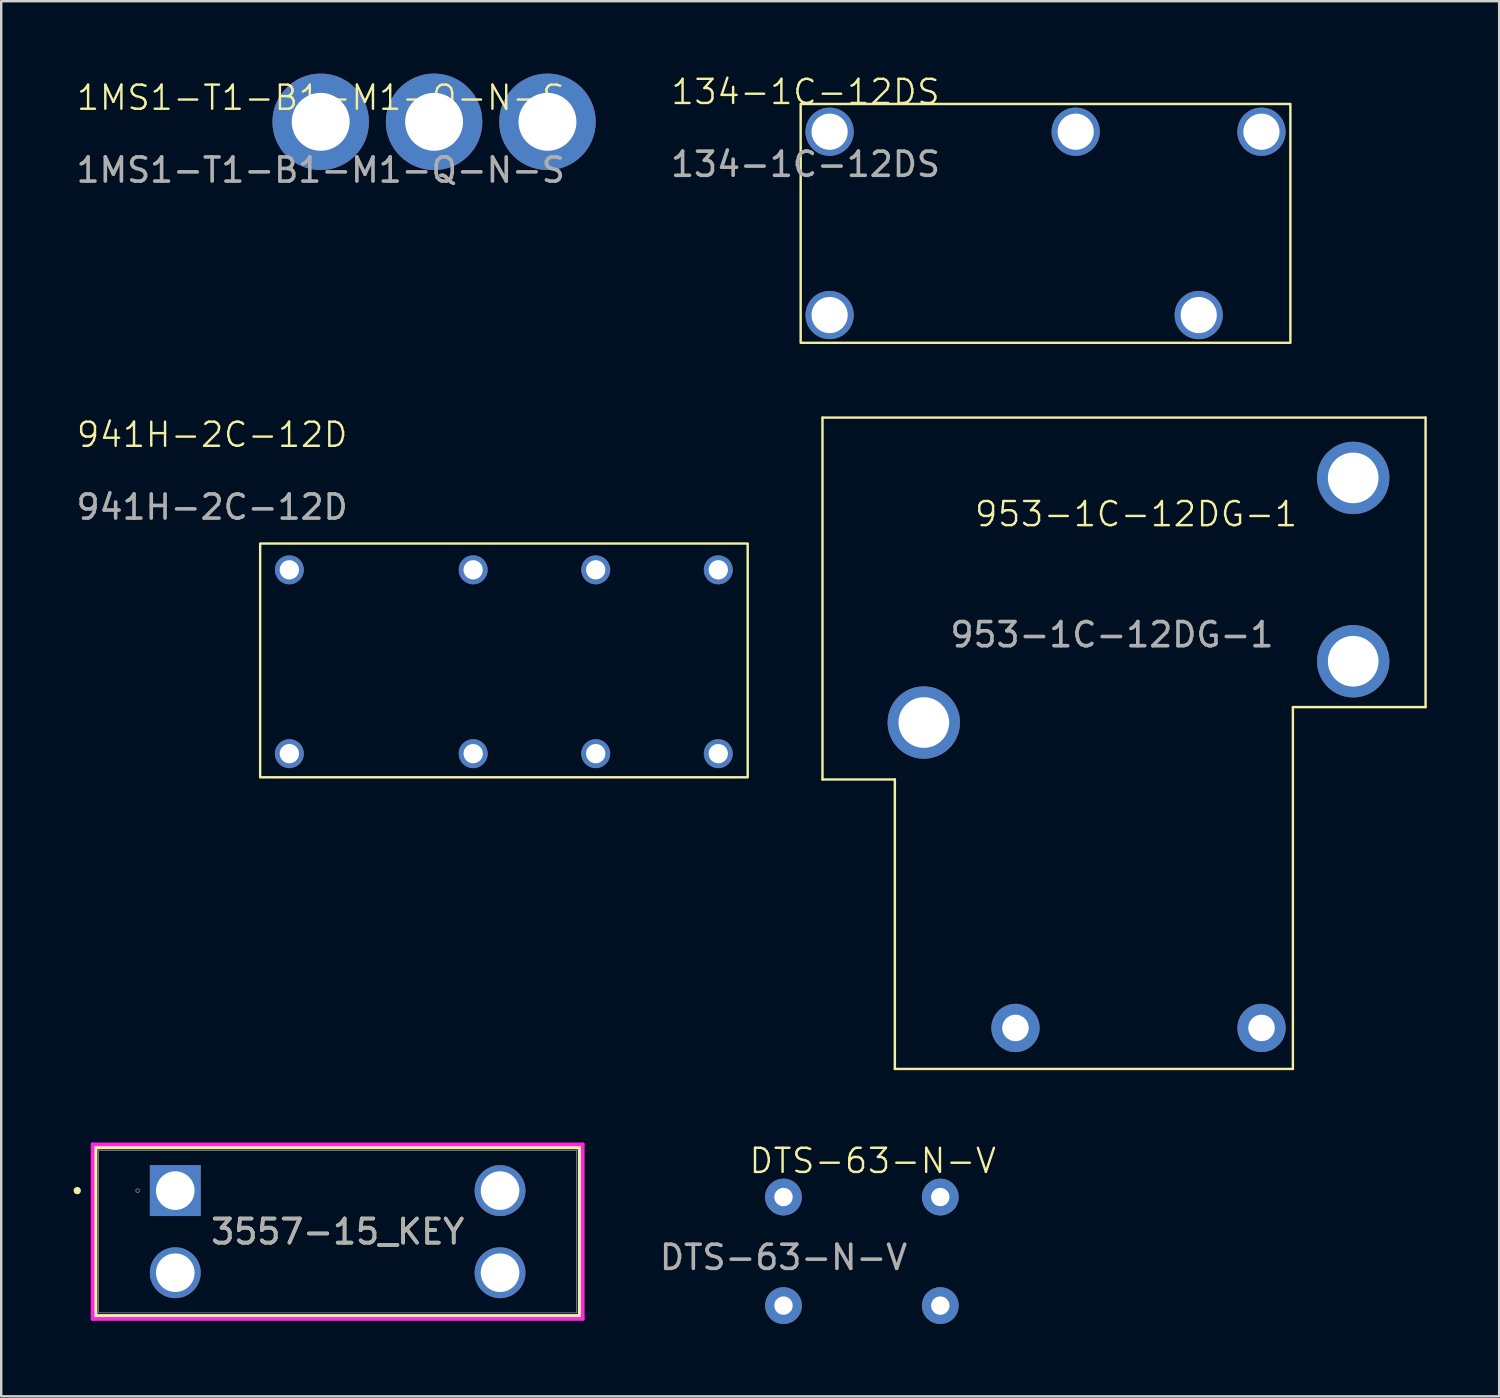
<source format=kicad_pcb>
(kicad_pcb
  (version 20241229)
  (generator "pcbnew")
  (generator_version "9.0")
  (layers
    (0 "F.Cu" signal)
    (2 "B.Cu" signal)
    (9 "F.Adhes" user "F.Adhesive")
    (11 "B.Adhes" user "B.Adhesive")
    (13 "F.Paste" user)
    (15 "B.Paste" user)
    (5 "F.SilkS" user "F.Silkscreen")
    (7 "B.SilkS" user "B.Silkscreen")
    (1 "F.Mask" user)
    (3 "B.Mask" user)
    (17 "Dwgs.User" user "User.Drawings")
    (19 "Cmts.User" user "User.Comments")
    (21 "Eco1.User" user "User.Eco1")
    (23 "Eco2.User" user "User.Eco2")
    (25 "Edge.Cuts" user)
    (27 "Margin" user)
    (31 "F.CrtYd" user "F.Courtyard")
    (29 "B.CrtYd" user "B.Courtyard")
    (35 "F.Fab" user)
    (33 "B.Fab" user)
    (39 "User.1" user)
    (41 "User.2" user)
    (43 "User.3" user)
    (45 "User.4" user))
  (footprint "DTS-63-N-V"
    (layer "F.Cu")
    (at 29.428 46.571)
    (property "Reference" "DTS-63-N-V" (at 3.7 -1.5 0) (unlocked yes) (layer "F.SilkS") (effects (font (size 1 1) (thickness 0.1))))
    (attr through_hole)
    (fp_text user "${REFERENCE}" (at 0 2.5 0) (unlocked yes) (layer "F.Fab") (effects (font (size 1 1) (thickness 0.15))))
    (pad "1" thru_hole circle (at 0 0) (size 1.524 1.524) (drill 0.762) (layers "*.Cu" "*.Mask"))
    (pad "1" thru_hole circle (at 6.5 0) (size 1.524 1.524) (drill 0.762) (layers "*.Cu" "*.Mask"))
    (pad "2" thru_hole circle (at 0 4.5) (size 1.524 1.524) (drill 0.762) (layers "*.Cu" "*.Mask"))
    (pad "2" thru_hole circle (at 6.5 4.5) (size 1.524 1.524) (drill 0.762) (layers "*.Cu" "*.Mask")))
  (footprint "941H-2C-12D"
    (layer "F.Cu")
    (at 8.944 20.571)
    (property "Reference" "941H-2C-12D" (at -3.2 -5.6 0) (unlocked yes) (layer "F.SilkS") (effects (font (size 1 1) (thickness 0.1))))
    (attr through_hole)
    (fp_rect (start -1.21 -1.09) (end 19 8.6) (stroke (width 0.1) (type default)) (fill no) (layer "F.SilkS"))
    (fp_text user "${REFERENCE}" (at -3.2 -2.6 0) (unlocked yes) (layer "F.Fab") (effects (font (size 1 1) (thickness 0.15))))
    (pad "1" thru_hole circle (at 0 7.62) (size 1.2 1.2) (drill 0.8) (layers "*.Cu" "*.Mask"))
    (pad "2" thru_hole circle (at 7.62 7.62) (size 1.2 1.2) (drill 0.8) (layers "*.Cu" "*.Mask"))
    (pad "3" thru_hole circle (at 12.7 7.62) (size 1.2 1.2) (drill 0.8) (layers "*.Cu" "*.Mask"))
    (pad "4" thru_hole circle (at 17.78 7.62) (size 1.2 1.2) (drill 0.8) (layers "*.Cu" "*.Mask"))
    (pad "5" thru_hole circle (at 0 0) (size 1.2 1.2) (drill 0.8) (layers "*.Cu" "*.Mask"))
    (pad "6" thru_hole circle (at 7.62 0) (size 1.2 1.2) (drill 0.8) (layers "*.Cu" "*.Mask"))
    (pad "7" thru_hole circle (at 12.7 0) (size 1.2 1.2) (drill 0.8) (layers "*.Cu" "*.Mask"))
    (pad "8" thru_hole circle (at 17.78 0) (size 1.2 1.2) (drill 0.8) (layers "*.Cu" "*.Mask")))
  (footprint "953-1C-12DG-1"
    (layer "F.Cu")
    (at 34.044 16.761)
    (property "Reference" "953-1C-12DG-1" (at 10 1.5 0) (unlocked yes) (layer "F.SilkS") (effects (font (size 1 1) (thickness 0.1))))
    (attr through_hole)
    (fp_line (start -3 -2.5) (end 22 -2.5) (stroke (width 0.1) (type default)) (layer "F.SilkS"))
    (fp_line (start -3 12.5) (end -3 -2.5) (stroke (width 0.1) (type default)) (layer "F.SilkS"))
    (fp_line (start 0 12.5) (end -3 12.5) (stroke (width 0.1) (type default)) (layer "F.SilkS"))
    (fp_line (start 0 24.5) (end 0 12.5) (stroke (width 0.1) (type default)) (layer "F.SilkS"))
    (fp_line (start 16.5 9.5) (end 16.5 24.5) (stroke (width 0.1) (type default)) (layer "F.SilkS"))
    (fp_line (start 16.5 24.5) (end 0 24.5) (stroke (width 0.1) (type default)) (layer "F.SilkS"))
    (fp_line (start 22 -2.5) (end 22 9.5) (stroke (width 0.1) (type default)) (layer "F.SilkS"))
    (fp_line (start 22 9.5) (end 16.5 9.5) (stroke (width 0.1) (type default)) (layer "F.SilkS"))
    (fp_text user "${REFERENCE}" (at 9 6.5 0) (unlocked yes) (layer "F.Fab") (effects (font (size 1 1) (thickness 0.15))))
    (pad "1" thru_hole circle (at 5 22.8) (size 2 2) (drill 1.1) (layers "*.Cu" "*.Mask"))
    (pad "2" thru_hole circle (at 15.2 22.8 270) (size 2 2) (drill 1.1) (layers "*.Cu" "*.Mask"))
    (pad "3" thru_hole circle (at 1.2 10.14) (size 3 3) (drill 2.1) (layers "*.Cu" "*.Mask"))
    (pad "4" thru_hole circle (at 19 7.6) (size 3 3) (drill 2.1) (layers "*.Cu" "*.Mask"))
    (pad "5" thru_hole circle (at 19 0) (size 3 3) (drill 2.1) (layers "*.Cu" "*.Mask")))
  (footprint "1MS1-T1-B1-M1-Q-N-S"
    (layer "F.Cu")
    (at 10.244 2)
    (property "Reference" "1MS1-T1-B1-M1-Q-N-S" (at 0 -1 0) (unlocked yes) (layer "F.SilkS") (effects (font (size 1 1) (thickness 0.1))))
    (attr smd)
    (fp_text user "${REFERENCE}" (at 0 2 0) (unlocked yes) (layer "F.Fab") (effects (font (size 1 1) (thickness 0.15))))
    (pad "1" thru_hole circle (at 0 0) (size 4 4) (drill 2.4) (layers "*.Cu" "*.Mask"))
    (pad "2" thru_hole circle (at 4.7 0) (size 4 4) (drill 2.4) (layers "*.Cu" "*.Mask"))
    (pad "3" thru_hole circle (at 9.4 0) (size 4 4) (drill 2.4) (layers "*.Cu" "*.Mask")))
  (footprint "134-1C-12DS"
    (layer "F.Cu")
    (at 30.34 1.26)
    (property "Reference" "134-1C-12DS" (at 0 -0.5 0) (unlocked yes) (layer "F.SilkS") (effects (font (size 1 1) (thickness 0.1))))
    (attr through_hole)
    (fp_rect (start -0.2 0) (end 20.1 9.9) (stroke (width 0.1) (type default)) (fill no) (layer "F.SilkS"))
    (fp_text user "${REFERENCE}" (at 0 2.5 0) (unlocked yes) (layer "F.Fab") (effects (font (size 1 1) (thickness 0.15))))
    (pad "1" thru_hole circle (at 1 1.15) (size 2 2) (drill 1.5) (layers "*.Cu" "*.Mask"))
    (pad "2" thru_hole circle (at 11.2 1.15) (size 2 2) (drill 1.5) (layers "*.Cu" "*.Mask"))
    (pad "3" thru_hole circle (at 18.9 1.15) (size 2 2) (drill 1.5) (layers "*.Cu" "*.Mask"))
    (pad "4" thru_hole circle (at 1 8.75) (size 2 2) (drill 1.5) (layers "*.Cu" "*.Mask"))
    (pad "5" thru_hole circle (at 16.3 8.75) (size 2 2) (drill 1.5) (layers "*.Cu" "*.Mask")))
  (footprint "3557-15_KEY"
    (layer "F.Cu")
    (at 4.216 46.304)
    (property "Reference" "3557-15_KEY" (at 6.731 1.702 0) (unlocked yes) (layer "F.SilkS") (effects (font (size 1 1) (thickness 0.15))))
    (attr through_hole)
    (fp_line (start -3.302 -1.791) (end -3.302 5.194) (stroke (width 0.152) (type solid)) (layer "F.SilkS"))
    (fp_line (start 16.764 -1.791) (end -3.302 -1.791) (stroke (width 0.152) (type solid)) (layer "F.SilkS"))
    (fp_line (start 16.764 -1.791) (end 16.764 5.194) (stroke (width 0.152) (type solid)) (layer "F.SilkS"))
    (fp_line (start 16.764 5.194) (end -3.302 5.194) (stroke (width 0.152) (type solid)) (layer "F.SilkS"))
    (fp_circle (center -4.064 0) (end -3.988 0) (stroke (width 0.152) (type solid)) (fill no) (layer "F.SilkS"))
    (fp_line (start -3.429 -1.918) (end 16.891 -1.918) (stroke (width 0.152) (type solid)) (layer "F.CrtYd"))
    (fp_line (start -3.429 5.321) (end -3.429 -1.918) (stroke (width 0.152) (type solid)) (layer "F.CrtYd"))
    (fp_line (start 16.891 -1.918) (end 16.891 5.321) (stroke (width 0.152) (type solid)) (layer "F.CrtYd"))
    (fp_line (start 16.891 5.321) (end -3.429 5.321) (stroke (width 0.152) (type solid)) (layer "F.CrtYd"))
    (fp_line (start -3.175 -1.664) (end -3.175 5.067) (stroke (width 0.025) (type solid)) (layer "F.Fab"))
    (fp_line (start 16.637 -1.664) (end -3.175 -1.664) (stroke (width 0.025) (type solid)) (layer "F.Fab"))
    (fp_line (start 16.637 -1.664) (end 16.637 5.067) (stroke (width 0.025) (type solid)) (layer "F.Fab"))
    (fp_line (start 16.637 5.067) (end -3.175 5.067) (stroke (width 0.025) (type solid)) (layer "F.Fab"))
    (fp_circle (center -1.562 0) (end -1.486 0) (stroke (width 0.025) (type solid)) (fill no) (layer "F.Fab"))
    (fp_text user "${REFERENCE}" (at 6.731 1.702 0) (unlocked yes) (layer "F.Fab") (effects (font (size 1 1) (thickness 0.15))))
    (pad "1" thru_hole rect (at 0 0) (size 2.108 2.108) (drill 1.6) (layers "*.Cu" "*.Mask"))
    (pad "1" thru_hole circle (at 0 3.404) (size 2.108 2.108) (drill 1.6) (layers "*.Cu" "*.Mask"))
    (pad "2" thru_hole circle (at 13.462 0) (size 2.108 2.108) (drill 1.6) (layers "*.Cu" "*.Mask"))
    (pad "2" thru_hole circle (at 13.462 3.404) (size 2.108 2.108) (drill 1.6) (layers "*.Cu" "*.Mask")))
  (gr_rect
    (start -3 -3)
    (end 59.094 54.833)
    (stroke (width 0.1) (type default))
    (fill no)
    (layer "Edge.Cuts")))
</source>
